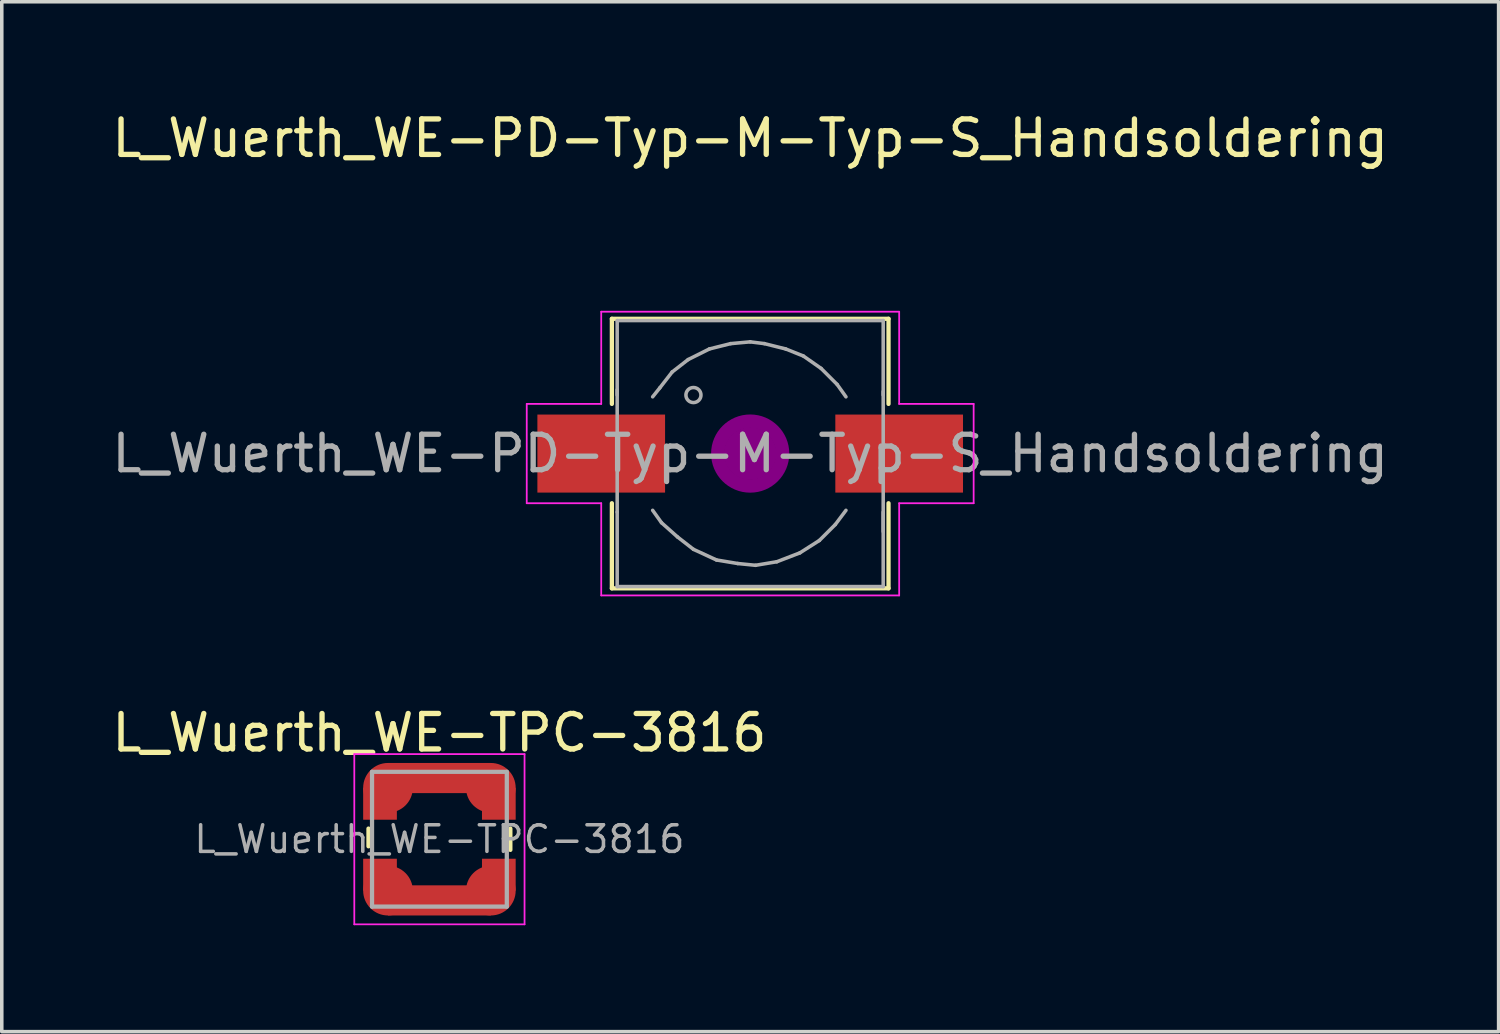
<source format=kicad_pcb>
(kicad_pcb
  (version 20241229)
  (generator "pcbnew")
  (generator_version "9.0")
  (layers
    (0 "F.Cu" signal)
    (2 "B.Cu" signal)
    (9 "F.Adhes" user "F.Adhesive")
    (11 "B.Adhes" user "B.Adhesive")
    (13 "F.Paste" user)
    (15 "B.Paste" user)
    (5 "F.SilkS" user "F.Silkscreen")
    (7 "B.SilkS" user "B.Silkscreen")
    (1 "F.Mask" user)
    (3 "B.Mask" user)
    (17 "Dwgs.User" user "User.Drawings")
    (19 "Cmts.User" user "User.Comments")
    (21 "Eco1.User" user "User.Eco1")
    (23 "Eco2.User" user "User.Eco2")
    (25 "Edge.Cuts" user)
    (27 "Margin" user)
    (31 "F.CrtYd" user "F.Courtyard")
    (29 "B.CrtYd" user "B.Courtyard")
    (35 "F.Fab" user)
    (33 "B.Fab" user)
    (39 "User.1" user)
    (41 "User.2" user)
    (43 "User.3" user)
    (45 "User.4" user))
  (footprint "L_Wuerth_WE-TPC-3816"
    (layer "F.Cu")
    (at 9.339 20.611)
    (property "Reference" "L_Wuerth_WE-TPC-3816" (at 0 -3 0) (layer "F.SilkS") (effects (font (size 1 1) (thickness 0.15))))
    (attr smd)
    (fp_line (start -2 -0.3) (end -2 0.2) (stroke (width 0.12) (type solid)) (layer "F.SilkS"))
    (fp_line (start 2 -0.3) (end 2 0.3) (stroke (width 0.12) (type solid)) (layer "F.SilkS"))
    (fp_line (start -2.4 -2.4) (end -2.4 2.4) (stroke (width 0.05) (type solid)) (layer "F.CrtYd"))
    (fp_line (start -2.4 2.4) (end 2.4 2.4) (stroke (width 0.05) (type solid)) (layer "F.CrtYd"))
    (fp_line (start 2.4 -2.4) (end -2.4 -2.4) (stroke (width 0.05) (type solid)) (layer "F.CrtYd"))
    (fp_line (start 2.4 2.4) (end 2.4 -2.4) (stroke (width 0.05) (type solid)) (layer "F.CrtYd"))
    (fp_line (start -1.9 -1.9) (end 1.9 -1.9) (stroke (width 0.12) (type solid)) (layer "F.Fab"))
    (fp_line (start -1.9 1.9) (end -1.9 -1.9) (stroke (width 0.12) (type solid)) (layer "F.Fab"))
    (fp_line (start 1.9 -1.9) (end 1.9 1.9) (stroke (width 0.12) (type solid)) (layer "F.Fab"))
    (fp_line (start 1.9 1.9) (end -1.9 1.9) (stroke (width 0.12) (type solid)) (layer "F.Fab"))
    (fp_text user "${REFERENCE}" (at 0 0 0) (layer "F.Fab") (effects (font (size 0.75 0.75) (thickness 0.1))))
    (pad "1" smd rect (at -1.675 -1) (size 0.95 0.9) (layers "F.Cu" "F.Mask" "F.Paste"))
    (pad "1" smd circle (at -1.45 -1.45) (size 1.4 1.4) (layers "F.Cu" "F.Mask" "F.Paste"))
    (pad "1" smd rect (at 0 -1.725) (size 2.9 0.85) (layers "F.Cu" "F.Mask" "F.Paste"))
    (pad "1" smd circle (at 1.45 -1.45) (size 1.4 1.4) (layers "F.Cu" "F.Mask" "F.Paste"))
    (pad "1" smd rect (at 1.675 -1) (size 0.95 0.9) (layers "F.Cu" "F.Mask" "F.Paste"))
    (pad "2" smd rect (at -1.675 1) (size 0.95 0.9) (layers "F.Cu" "F.Mask" "F.Paste"))
    (pad "2" smd circle (at -1.45 1.45) (size 1.4 1.4) (layers "F.Cu" "F.Mask" "F.Paste"))
    (pad "2" smd rect (at 0 1.725) (size 2.9 0.85) (layers "F.Cu" "F.Mask" "F.Paste"))
    (pad "2" smd circle (at 1.45 1.45) (size 1.4 1.4) (layers "F.Cu" "F.Mask" "F.Paste"))
    (pad "2" smd rect (at 1.675 1) (size 0.95 0.9) (layers "F.Cu" "F.Mask" "F.Paste")))
  (footprint "L_Wuerth_WE-PD-Typ-M-Typ-S_Handsoldering"
    (layer "F.Cu")
    (at 18.101 9.738)
    (property "Reference" "L_Wuerth_WE-PD-Typ-M-Typ-S_Handsoldering" (at 0 -8.89 0) (layer "F.SilkS") (effects (font (size 1 1) (thickness 0.15))))
    (attr smd)
    (fp_line (start -3.9 -1.4) (end -3.9 -3.8) (stroke (width 0.12) (type solid)) (layer "F.SilkS"))
    (fp_line (start -3.9 1.4) (end -3.9 3.8) (stroke (width 0.12) (type solid)) (layer "F.SilkS"))
    (fp_line (start -3.9 3.8) (end 3.9 3.8) (stroke (width 0.12) (type solid)) (layer "F.SilkS"))
    (fp_line (start 3.9 -3.8) (end -3.9 -3.8) (stroke (width 0.12) (type solid)) (layer "F.SilkS"))
    (fp_line (start 3.9 -1.4) (end 3.9 -3.8) (stroke (width 0.12) (type solid)) (layer "F.SilkS"))
    (fp_line (start 3.9 3.8) (end 3.9 1.4) (stroke (width 0.12) (type solid)) (layer "F.SilkS"))
    (fp_circle (center 0 0) (end 0.15 0.15) (stroke (width 0.38) (type solid)) (fill no) (layer "F.Adhes"))
    (fp_circle (center 0 0) (end 0.55 0.05) (stroke (width 0.38) (type solid)) (fill no) (layer "F.Adhes"))
    (fp_circle (center 0 0) (end 0.9 0.15) (stroke (width 0.38) (type solid)) (fill no) (layer "F.Adhes"))
    (fp_line (start -6.3 -1.4) (end -6.3 1.4) (stroke (width 0.05) (type solid)) (layer "F.CrtYd"))
    (fp_line (start -6.3 1.4) (end -4.2 1.4) (stroke (width 0.05) (type solid)) (layer "F.CrtYd"))
    (fp_line (start -4.2 -4) (end -4.2 -1.4) (stroke (width 0.05) (type solid)) (layer "F.CrtYd"))
    (fp_line (start -4.2 -1.4) (end -6.3 -1.4) (stroke (width 0.05) (type solid)) (layer "F.CrtYd"))
    (fp_line (start -4.2 1.4) (end -4.2 4) (stroke (width 0.05) (type solid)) (layer "F.CrtYd"))
    (fp_line (start -4.2 4) (end 4.2 4) (stroke (width 0.05) (type solid)) (layer "F.CrtYd"))
    (fp_line (start 4.2 -4) (end -4.2 -4) (stroke (width 0.05) (type solid)) (layer "F.CrtYd"))
    (fp_line (start 4.2 -1.4) (end 4.2 -4) (stroke (width 0.05) (type solid)) (layer "F.CrtYd"))
    (fp_line (start 4.2 1.4) (end 6.3 1.4) (stroke (width 0.05) (type solid)) (layer "F.CrtYd"))
    (fp_line (start 4.2 4) (end 4.2 1.4) (stroke (width 0.05) (type solid)) (layer "F.CrtYd"))
    (fp_line (start 6.3 -1.4) (end 4.2 -1.4) (stroke (width 0.05) (type solid)) (layer "F.CrtYd"))
    (fp_line (start 6.3 1.4) (end 6.3 -1.4) (stroke (width 0.05) (type solid)) (layer "F.CrtYd"))
    (fp_line (start -3.75 -3.75) (end -3.75 -1.65) (stroke (width 0.1) (type solid)) (layer "F.Fab"))
    (fp_line (start -3.75 1.65) (end -3.75 -1.8) (stroke (width 0.1) (type solid)) (layer "F.Fab"))
    (fp_line (start -3.75 1.65) (end -3.75 3.75) (stroke (width 0.1) (type solid)) (layer "F.Fab"))
    (fp_line (start -3.75 3.75) (end 3.75 3.75) (stroke (width 0.1) (type solid)) (layer "F.Fab"))
    (fp_line (start -2.75 1.6) (end -2.5 1.95) (stroke (width 0.1) (type solid)) (layer "F.Fab"))
    (fp_line (start -2.55 -1.85) (end -2.75 -1.6) (stroke (width 0.1) (type solid)) (layer "F.Fab"))
    (fp_line (start -2.5 1.95) (end -2.05 2.35) (stroke (width 0.1) (type solid)) (layer "F.Fab"))
    (fp_line (start -2.2 -2.3) (end -2.55 -1.85) (stroke (width 0.1) (type solid)) (layer "F.Fab"))
    (fp_line (start -2.05 2.35) (end -1.6 2.7) (stroke (width 0.1) (type solid)) (layer "F.Fab"))
    (fp_line (start -1.75 -2.65) (end -2.2 -2.3) (stroke (width 0.1) (type solid)) (layer "F.Fab"))
    (fp_line (start -1.6 2.7) (end -0.95 3) (stroke (width 0.1) (type solid)) (layer "F.Fab"))
    (fp_line (start -1.15 -2.95) (end -1.75 -2.65) (stroke (width 0.1) (type solid)) (layer "F.Fab"))
    (fp_line (start -0.95 3) (end -0.35 3.1) (stroke (width 0.1) (type solid)) (layer "F.Fab"))
    (fp_line (start -0.55 -3.1) (end -1.15 -2.95) (stroke (width 0.1) (type solid)) (layer "F.Fab"))
    (fp_line (start -0.35 3.1) (end 0.15 3.15) (stroke (width 0.1) (type solid)) (layer "F.Fab"))
    (fp_line (start 0 -3.15) (end -0.55 -3.1) (stroke (width 0.1) (type solid)) (layer "F.Fab"))
    (fp_line (start 0.15 3.15) (end 0.75 3.05) (stroke (width 0.1) (type solid)) (layer "F.Fab"))
    (fp_line (start 0.4 -3.1) (end 0 -3.15) (stroke (width 0.1) (type solid)) (layer "F.Fab"))
    (fp_line (start 0.75 3.05) (end 1.4 2.8) (stroke (width 0.1) (type solid)) (layer "F.Fab"))
    (fp_line (start 1 -2.95) (end 0.4 -3.1) (stroke (width 0.1) (type solid)) (layer "F.Fab"))
    (fp_line (start 1.4 2.8) (end 1.95 2.45) (stroke (width 0.1) (type solid)) (layer "F.Fab"))
    (fp_line (start 1.5 -2.75) (end 1 -2.95) (stroke (width 0.1) (type solid)) (layer "F.Fab"))
    (fp_line (start 1.95 2.45) (end 2.4 2) (stroke (width 0.1) (type solid)) (layer "F.Fab"))
    (fp_line (start 2 -2.4) (end 1.5 -2.75) (stroke (width 0.1) (type solid)) (layer "F.Fab"))
    (fp_line (start 2.4 2) (end 2.7 1.6) (stroke (width 0.1) (type solid)) (layer "F.Fab"))
    (fp_line (start 2.45 -1.95) (end 2 -2.4) (stroke (width 0.1) (type solid)) (layer "F.Fab"))
    (fp_line (start 2.7 -1.6) (end 2.45 -1.95) (stroke (width 0.1) (type solid)) (layer "F.Fab"))
    (fp_line (start 3.75 -3.75) (end -3.75 -3.75) (stroke (width 0.1) (type solid)) (layer "F.Fab"))
    (fp_line (start 3.75 -3.75) (end 3.75 -1.65) (stroke (width 0.1) (type solid)) (layer "F.Fab"))
    (fp_line (start 3.75 -1.75) (end 3.75 2.2) (stroke (width 0.1) (type solid)) (layer "F.Fab"))
    (fp_line (start 3.75 3.75) (end 3.75 1.65) (stroke (width 0.1) (type solid)) (layer "F.Fab"))
    (fp_circle (center -1.6 -1.65) (end -1.45 -1.5) (stroke (width 0.1) (type solid)) (fill no) (layer "F.Fab"))
    (fp_text user "${REFERENCE}" (at 0 0 0) (layer "F.Fab") (effects (font (size 1 1) (thickness 0.15))))
    (pad "1" smd rect (at -4.2 0) (size 3.6 2.2) (layers "F.Cu" "F.Mask" "F.Paste"))
    (pad "2" smd rect (at 4.2 0) (size 3.6 2.2) (layers "F.Cu" "F.Mask" "F.Paste")))
  (gr_rect
    (start -3 -3)
    (end 39.202 26.037)
    (stroke (width 0.1) (type default))
    (fill no)
    (layer "Edge.Cuts")))
</source>
